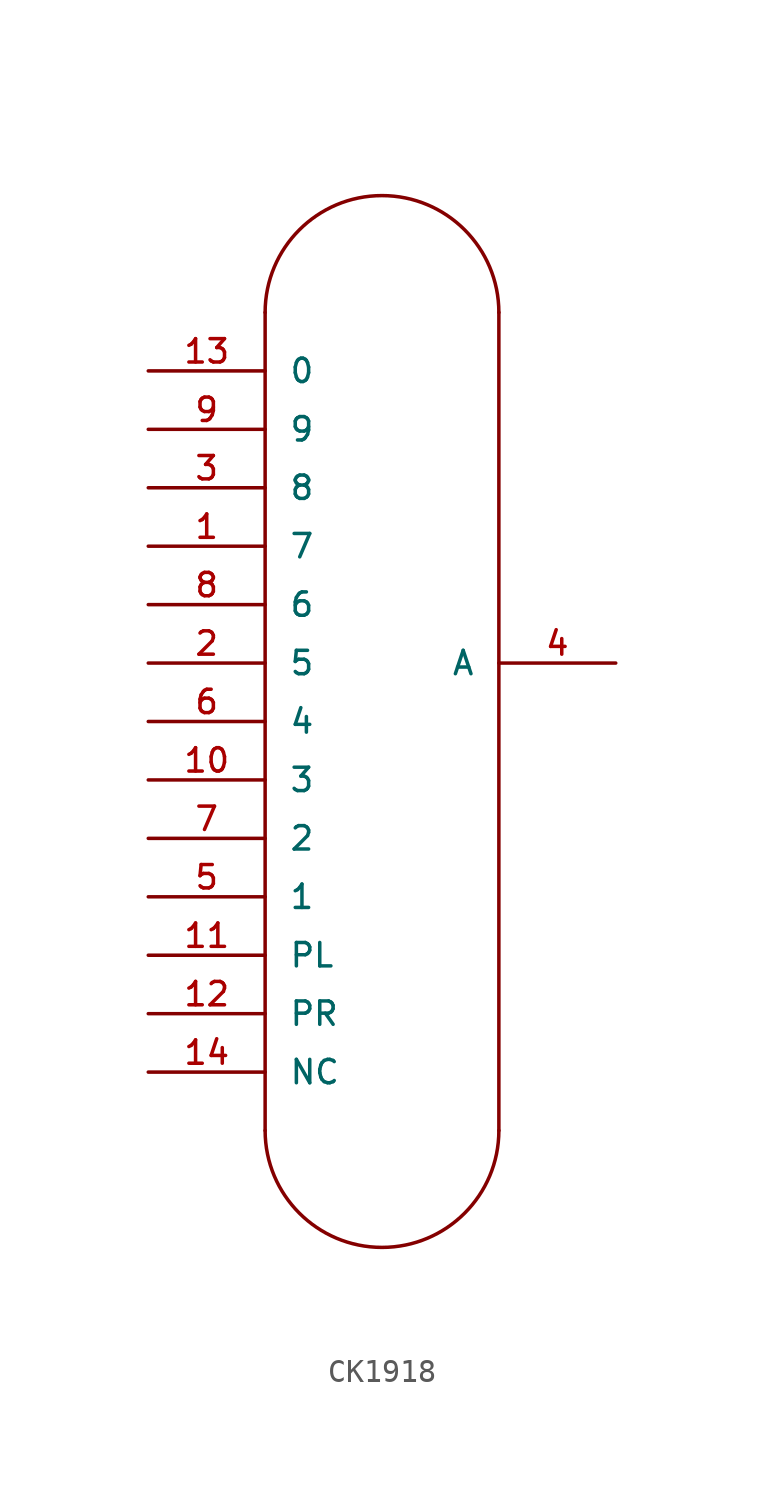
<source format=kicad_sym>
(kicad_symbol_lib
  (version 20220914)
  (generator kicad_symbol_editor)
  (symbol "CK1918"
    (pin_names
      (offset 1.016))
    (property "Reference" "U"
      (at 0 0 0)
      (effects (font (size 1.143 1.143)) hide))
    (property "ki_locked" ""
      (at 0 0 0)
      (effects (font (size 1.27 1.27))))
    (symbol "CK1918_1_0"
      (polyline (pts (xy -5.08 17.78) (xy -5.08 -17.78)) (stroke (width 0) (type solid)) (fill (type none)))
      (polyline (pts (xy 5.08 17.78) (xy 5.08 -17.78)) (stroke (width 0) (type solid)) (fill (type none))))
    (symbol "CK1918_1_1"
      (arc (start -5.08 -17.78) (mid 0 -22.8379) (end 5.08 -17.78) (stroke (width 0) (type solid)) (fill (type none)))
      (arc (start 5.08 17.78) (mid 0 22.8379) (end -5.08 17.78) (stroke (width 0) (type solid)) (fill (type none)))
      (pin passive line (at -10.16 7.62 0) (length 5.08) (name "7" (effects (font (size 1.016 1.016)))) (number "1" (effects (font (size 1.016 1.016)))))
      (pin passive line (at -10.16 -2.54 0) (length 5.08) (name "3" (effects (font (size 1.016 1.016)))) (number "10" (effects (font (size 1.016 1.016)))))
      (pin passive line (at -10.16 -10.16 0) (length 5.08) (name "PL" (effects (font (size 1.016 1.016)))) (number "11" (effects (font (size 1.016 1.016)))))
      (pin passive line (at -10.16 -12.7 0) (length 5.08) (name "PR" (effects (font (size 1.016 1.016)))) (number "12" (effects (font (size 1.016 1.016)))))
      (pin passive line (at -10.16 15.24 0) (length 5.08) (name "0" (effects (font (size 1.016 1.016)))) (number "13" (effects (font (size 1.016 1.016)))))
      (pin unspecified line (at -10.16 -15.24 0) (length 5.08) (name "NC" (effects (font (size 1.016 1.016)))) (number "14" (effects (font (size 1.016 1.016)))))
      (pin passive line (at -10.16 2.54 0) (length 5.08) (name "5" (effects (font (size 1.016 1.016)))) (number "2" (effects (font (size 1.016 1.016)))))
      (pin passive line (at -10.16 10.16 0) (length 5.08) (name "8" (effects (font (size 1.016 1.016)))) (number "3" (effects (font (size 1.016 1.016)))))
      (pin passive line (at 10.16 2.54 180) (length 5.08) (name "A" (effects (font (size 1.016 1.016)))) (number "4" (effects (font (size 1.016 1.016)))))
      (pin passive line (at -10.16 -7.62 0) (length 5.08) (name "1" (effects (font (size 1.016 1.016)))) (number "5" (effects (font (size 1.016 1.016)))))
      (pin passive line (at -10.16 0 0) (length 5.08) (name "4" (effects (font (size 1.016 1.016)))) (number "6" (effects (font (size 1.016 1.016)))))
      (pin passive line (at -10.16 -5.08 0) (length 5.08) (name "2" (effects (font (size 1.016 1.016)))) (number "7" (effects (font (size 1.016 1.016)))))
      (pin passive line (at -10.16 5.08 0) (length 5.08) (name "6" (effects (font (size 1.016 1.016)))) (number "8" (effects (font (size 1.016 1.016)))))
      (pin passive line (at -10.16 12.7 0) (length 5.08) (name "9" (effects (font (size 1.016 1.016)))) (number "9" (effects (font (size 1.016 1.016))))))))
</source>
